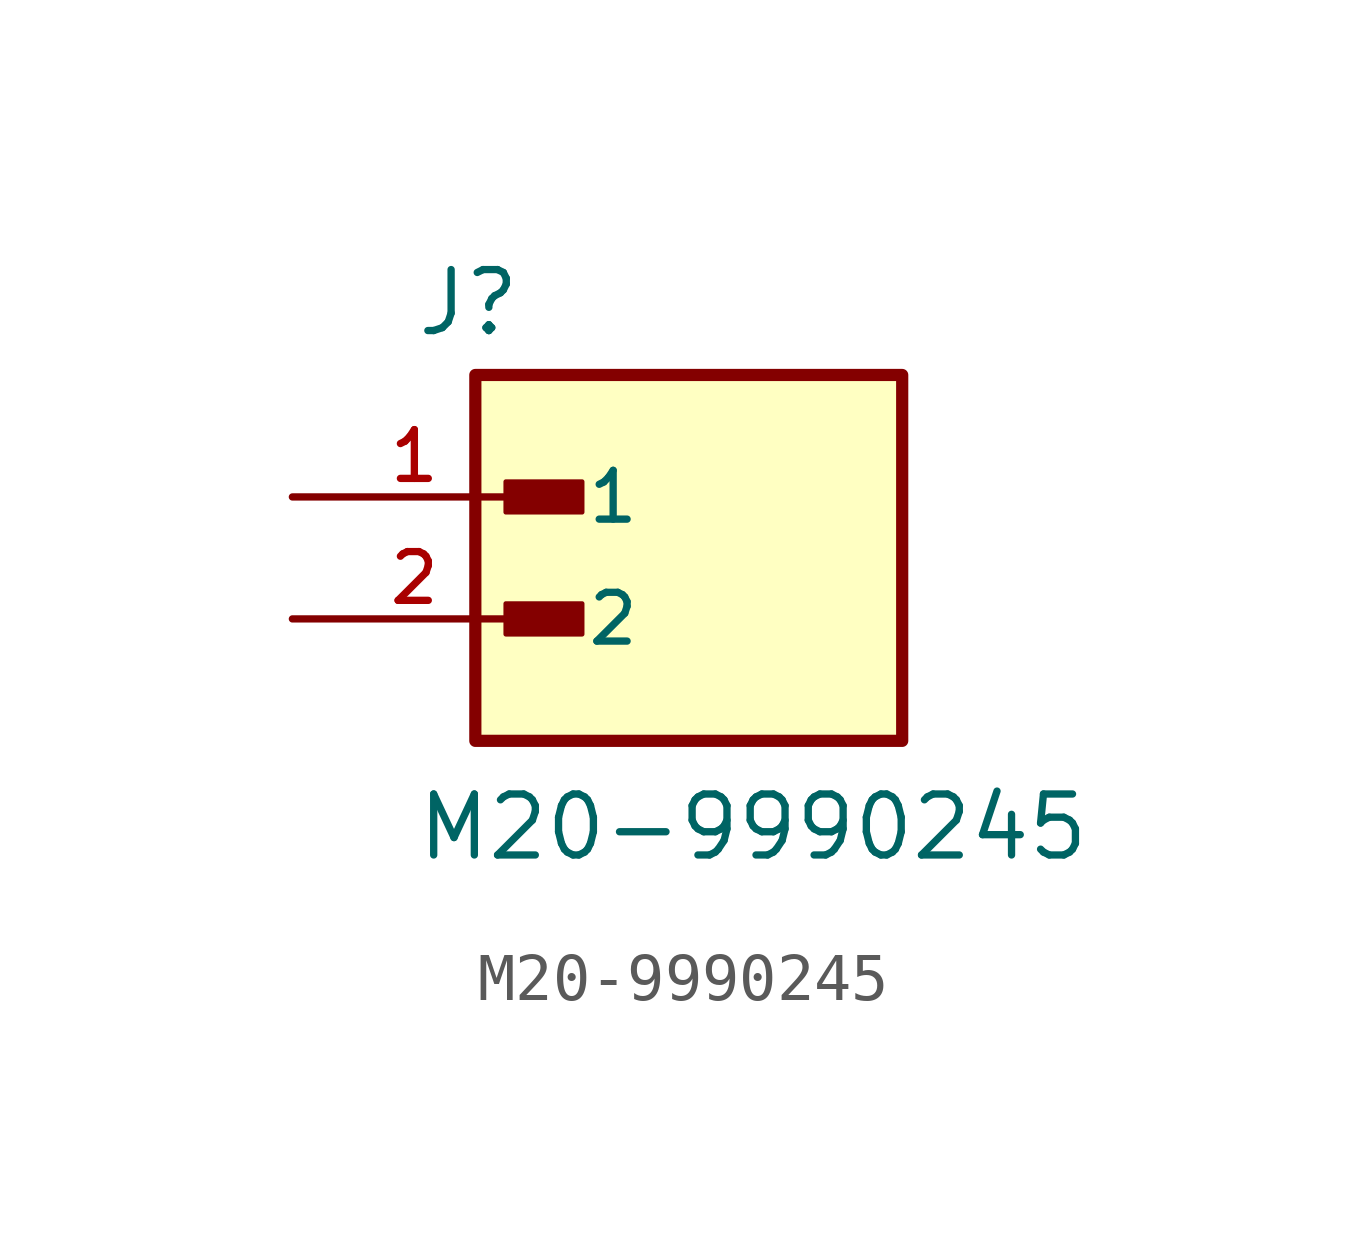
<source format=kicad_sym>
(kicad_symbol_lib
  (version 20211014)
  (generator kicad_symbol_editor)
  (symbol "M20-9990245"
    (pin_names
      (offset 1.016))
    (property "Reference" "J"
      (at -5.08 5.842 0)
      (effects (font (size 1.27 1.27)) (justify bottom left)))
    (property "Value" "M20-9990245"
      (at -5.08 -5.08 0)
      (effects (font (size 1.27 1.27)) (justify bottom left)))
    (symbol "M20-9990245_0_0"
      (rectangle (start -3.175 2.223) (end -1.587 2.857) (stroke (width 0.1)) (fill (type outline)))
      (rectangle (start -3.175 -0.318) (end -1.587 0.318) (stroke (width 0.1)) (fill (type outline)))
      (rectangle (start -3.81 -2.54) (end 5.08 5.08) (stroke (width 0.254)) (fill (type background)))
      (pin passive line (at -7.62 2.54 0) (length 5.08) (name "1" (effects (font (size 1.016 1.016)))) (number "1" (effects (font (size 1.016 1.016)))))
      (pin passive line (at -7.62 0.0 0) (length 5.08) (name "2" (effects (font (size 1.016 1.016)))) (number "2" (effects (font (size 1.016 1.016))))))))
</source>
